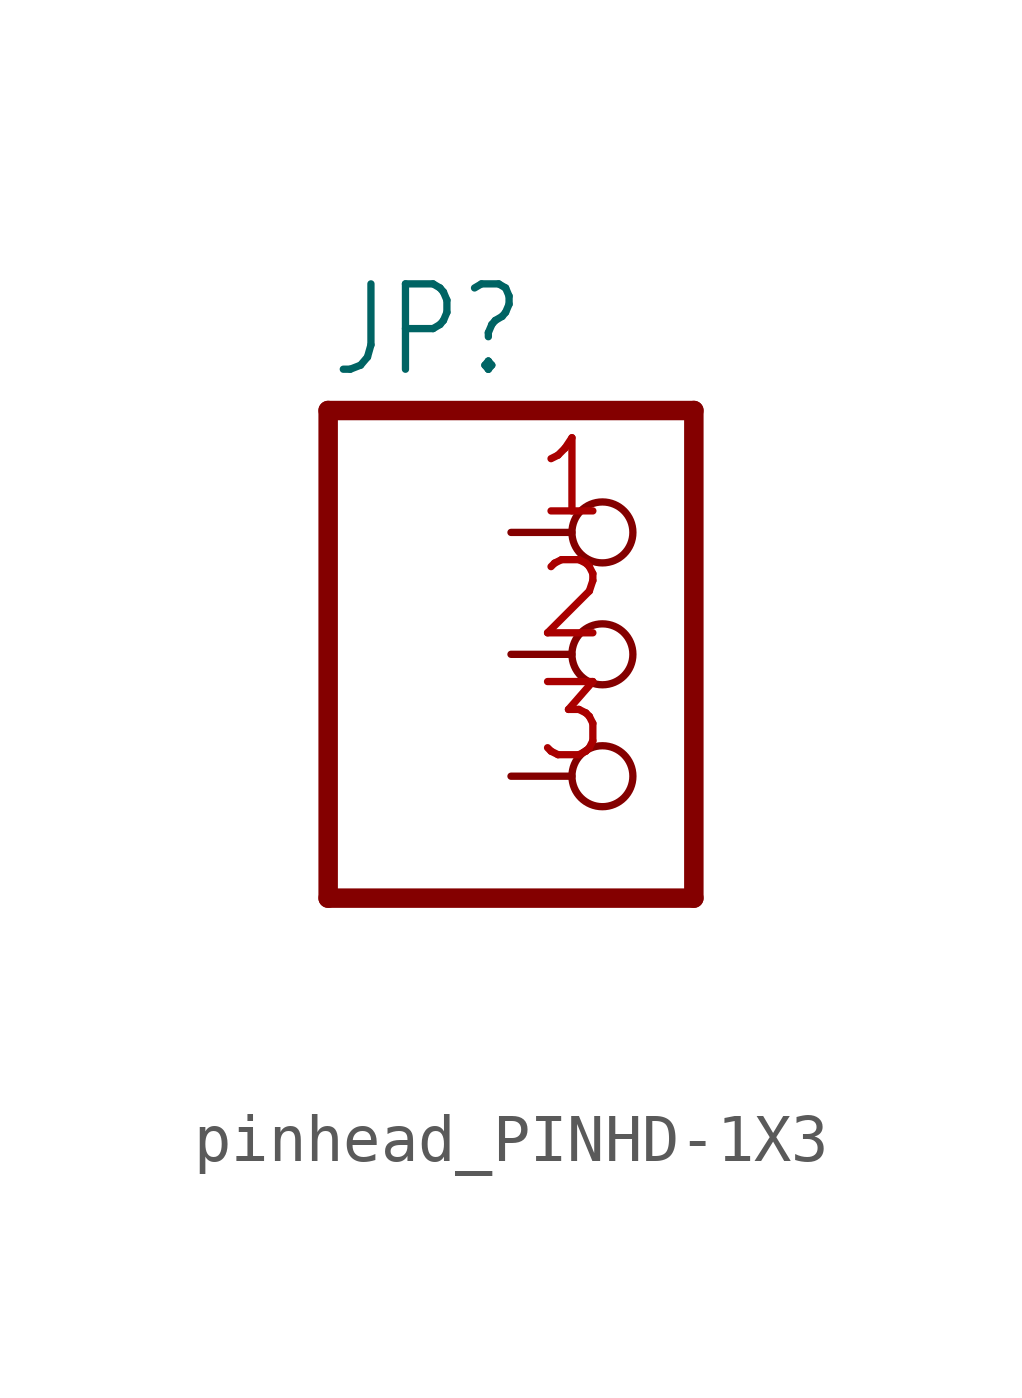
<source format=kicad_sym>
(kicad_symbol_lib
  (version 20241209)
  (generator "kicad_symbol_editor")
  (generator_version "9.0")
  (symbol "pinhead_PINHD-1X3"
    (property "Reference" "JP"
      (at -6.35 5.715 0)
      (effects (font (size 1.778 1.511)) (justify left bottom)))
    (property "Value" ""
      (at -6.35 -7.62 0)
      (effects (font (size 1.778 1.511)) (justify left bottom)))
    (property "ki_locked" ""
      (at 0 0 0)
      (effects (font (size 1.27 1.27))))
    (symbol "pinhead_PINHD-1X3_1_0"
      (polyline (pts (xy -6.35 5.08) (xy -6.35 -5.08)) (stroke (width 0.406) (type solid)) (fill (type none)))
      (polyline (pts (xy -6.35 -5.08) (xy 1.27 -5.08)) (stroke (width 0.406) (type solid)) (fill (type none)))
      (polyline (pts (xy 1.27 5.08) (xy -6.35 5.08)) (stroke (width 0.406) (type solid)) (fill (type none)))
      (polyline (pts (xy 1.27 -5.08) (xy 1.27 5.08)) (stroke (width 0.406) (type solid)) (fill (type none)))
      (pin passive inverted (at -2.54 2.54 0) (length 2.54) (name "1" (effects (font (size 0 0)))) (number "1" (effects (font (size 1.524 1.524)))))
      (pin passive inverted (at -2.54 0 0) (length 2.54) (name "2" (effects (font (size 0 0)))) (number "2" (effects (font (size 1.524 1.524)))))
      (pin passive inverted (at -2.54 -2.54 0) (length 2.54) (name "3" (effects (font (size 0 0)))) (number "3" (effects (font (size 1.524 1.524))))))))
</source>
